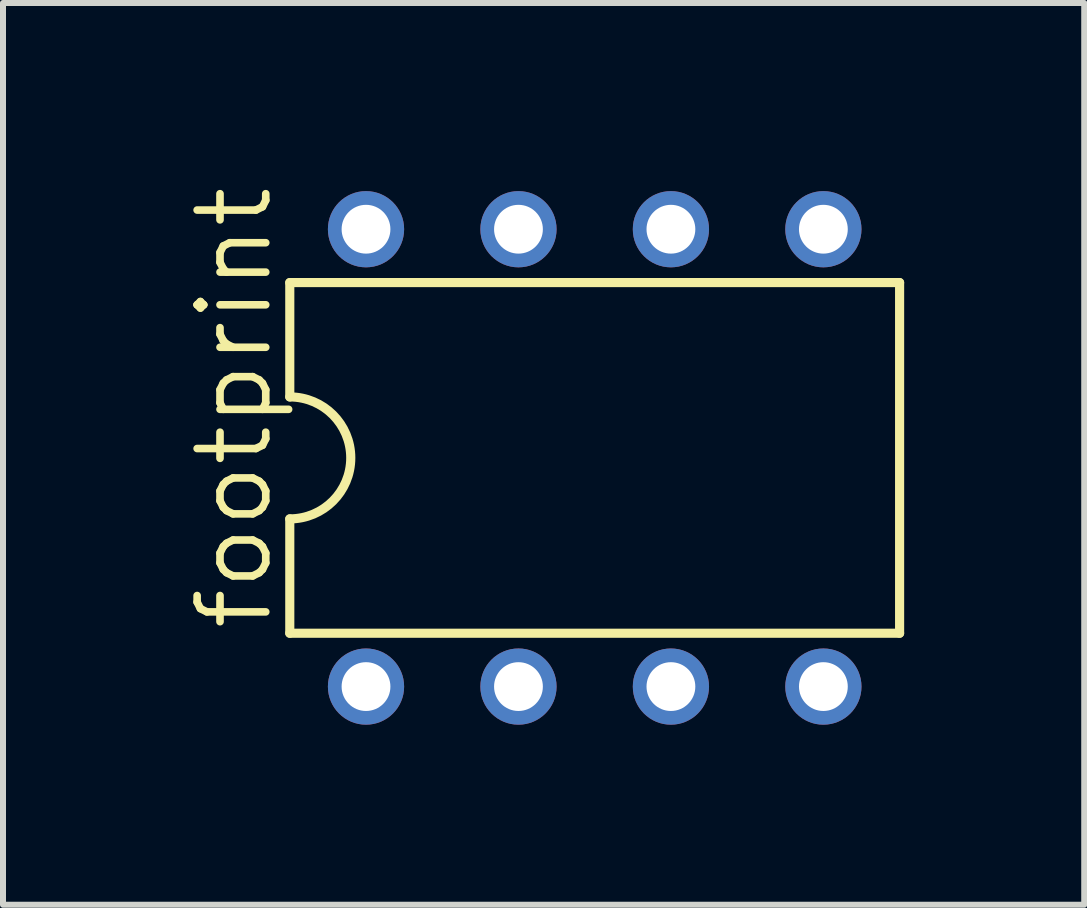
<source format=kicad_pcb>
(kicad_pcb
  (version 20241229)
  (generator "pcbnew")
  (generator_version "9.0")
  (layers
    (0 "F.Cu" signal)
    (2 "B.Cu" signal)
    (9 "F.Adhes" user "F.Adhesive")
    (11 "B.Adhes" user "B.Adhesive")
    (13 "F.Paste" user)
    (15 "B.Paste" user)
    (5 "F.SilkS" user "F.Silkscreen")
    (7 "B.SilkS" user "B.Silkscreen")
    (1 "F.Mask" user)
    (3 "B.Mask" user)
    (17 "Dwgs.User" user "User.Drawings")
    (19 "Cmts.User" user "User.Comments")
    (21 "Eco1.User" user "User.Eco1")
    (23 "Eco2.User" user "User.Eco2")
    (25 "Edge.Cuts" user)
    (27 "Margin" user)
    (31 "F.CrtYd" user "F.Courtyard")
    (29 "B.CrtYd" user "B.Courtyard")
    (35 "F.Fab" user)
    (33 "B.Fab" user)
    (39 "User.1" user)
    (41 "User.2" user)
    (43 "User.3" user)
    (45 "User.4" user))
  (footprint "footprint"
    (layer "F.Cu")
    (at 6.858 4.579)
    (property "Reference" "footprint" (at -5.334 2.921 90) (layer "F.SilkS") (effects (font (size 1.143 1.143) (thickness 0.127)) (justify left bottom)))
    (fp_line (start -5.08 -2.921) (end -5.08 -1.016) (stroke (width 0.152) (type solid)) (layer "F.SilkS"))
    (fp_line (start -5.08 2.921) (end -5.08 1.016) (stroke (width 0.152) (type solid)) (layer "F.SilkS"))
    (fp_line (start -5.08 2.921) (end 5.08 2.921) (stroke (width 0.152) (type solid)) (layer "F.SilkS"))
    (fp_line (start 5.08 -2.921) (end -5.08 -2.921) (stroke (width 0.152) (type solid)) (layer "F.SilkS"))
    (fp_line (start 5.08 -2.921) (end 5.08 2.921) (stroke (width 0.152) (type solid)) (layer "F.SilkS"))
    (fp_arc (start -5.08 -1.016) (mid -4.064 0) (end -5.08 1.016) (stroke (width 0.1524) (type solid)) (layer "F.SilkS"))
    (pad "1" thru_hole circle (at -3.81 3.81 90) (size 1.27 1.27) (drill 0.813) (layers "*.Cu" "*.Mask"))
    (pad "2" thru_hole circle (at -1.27 3.81 90) (size 1.27 1.27) (drill 0.813) (layers "*.Cu" "*.Mask"))
    (pad "3" thru_hole circle (at 1.27 3.81 90) (size 1.27 1.27) (drill 0.813) (layers "*.Cu" "*.Mask"))
    (pad "4" thru_hole circle (at 3.81 3.81 90) (size 1.27 1.27) (drill 0.813) (layers "*.Cu" "*.Mask"))
    (pad "5" thru_hole circle (at 3.81 -3.81 90) (size 1.27 1.27) (drill 0.813) (layers "*.Cu" "*.Mask"))
    (pad "6" thru_hole circle (at 1.27 -3.81 90) (size 1.27 1.27) (drill 0.813) (layers "*.Cu" "*.Mask"))
    (pad "7" thru_hole circle (at -1.27 -3.81 90) (size 1.27 1.27) (drill 0.813) (layers "*.Cu" "*.Mask"))
    (pad "8" thru_hole circle (at -3.81 -3.81 90) (size 1.27 1.27) (drill 0.813) (layers "*.Cu" "*.Mask")))
  (gr_rect
    (start -3 -3)
    (end 15.014 12.024)
    (stroke (width 0.1) (type default))
    (fill no)
    (layer "Edge.Cuts")))
</source>
